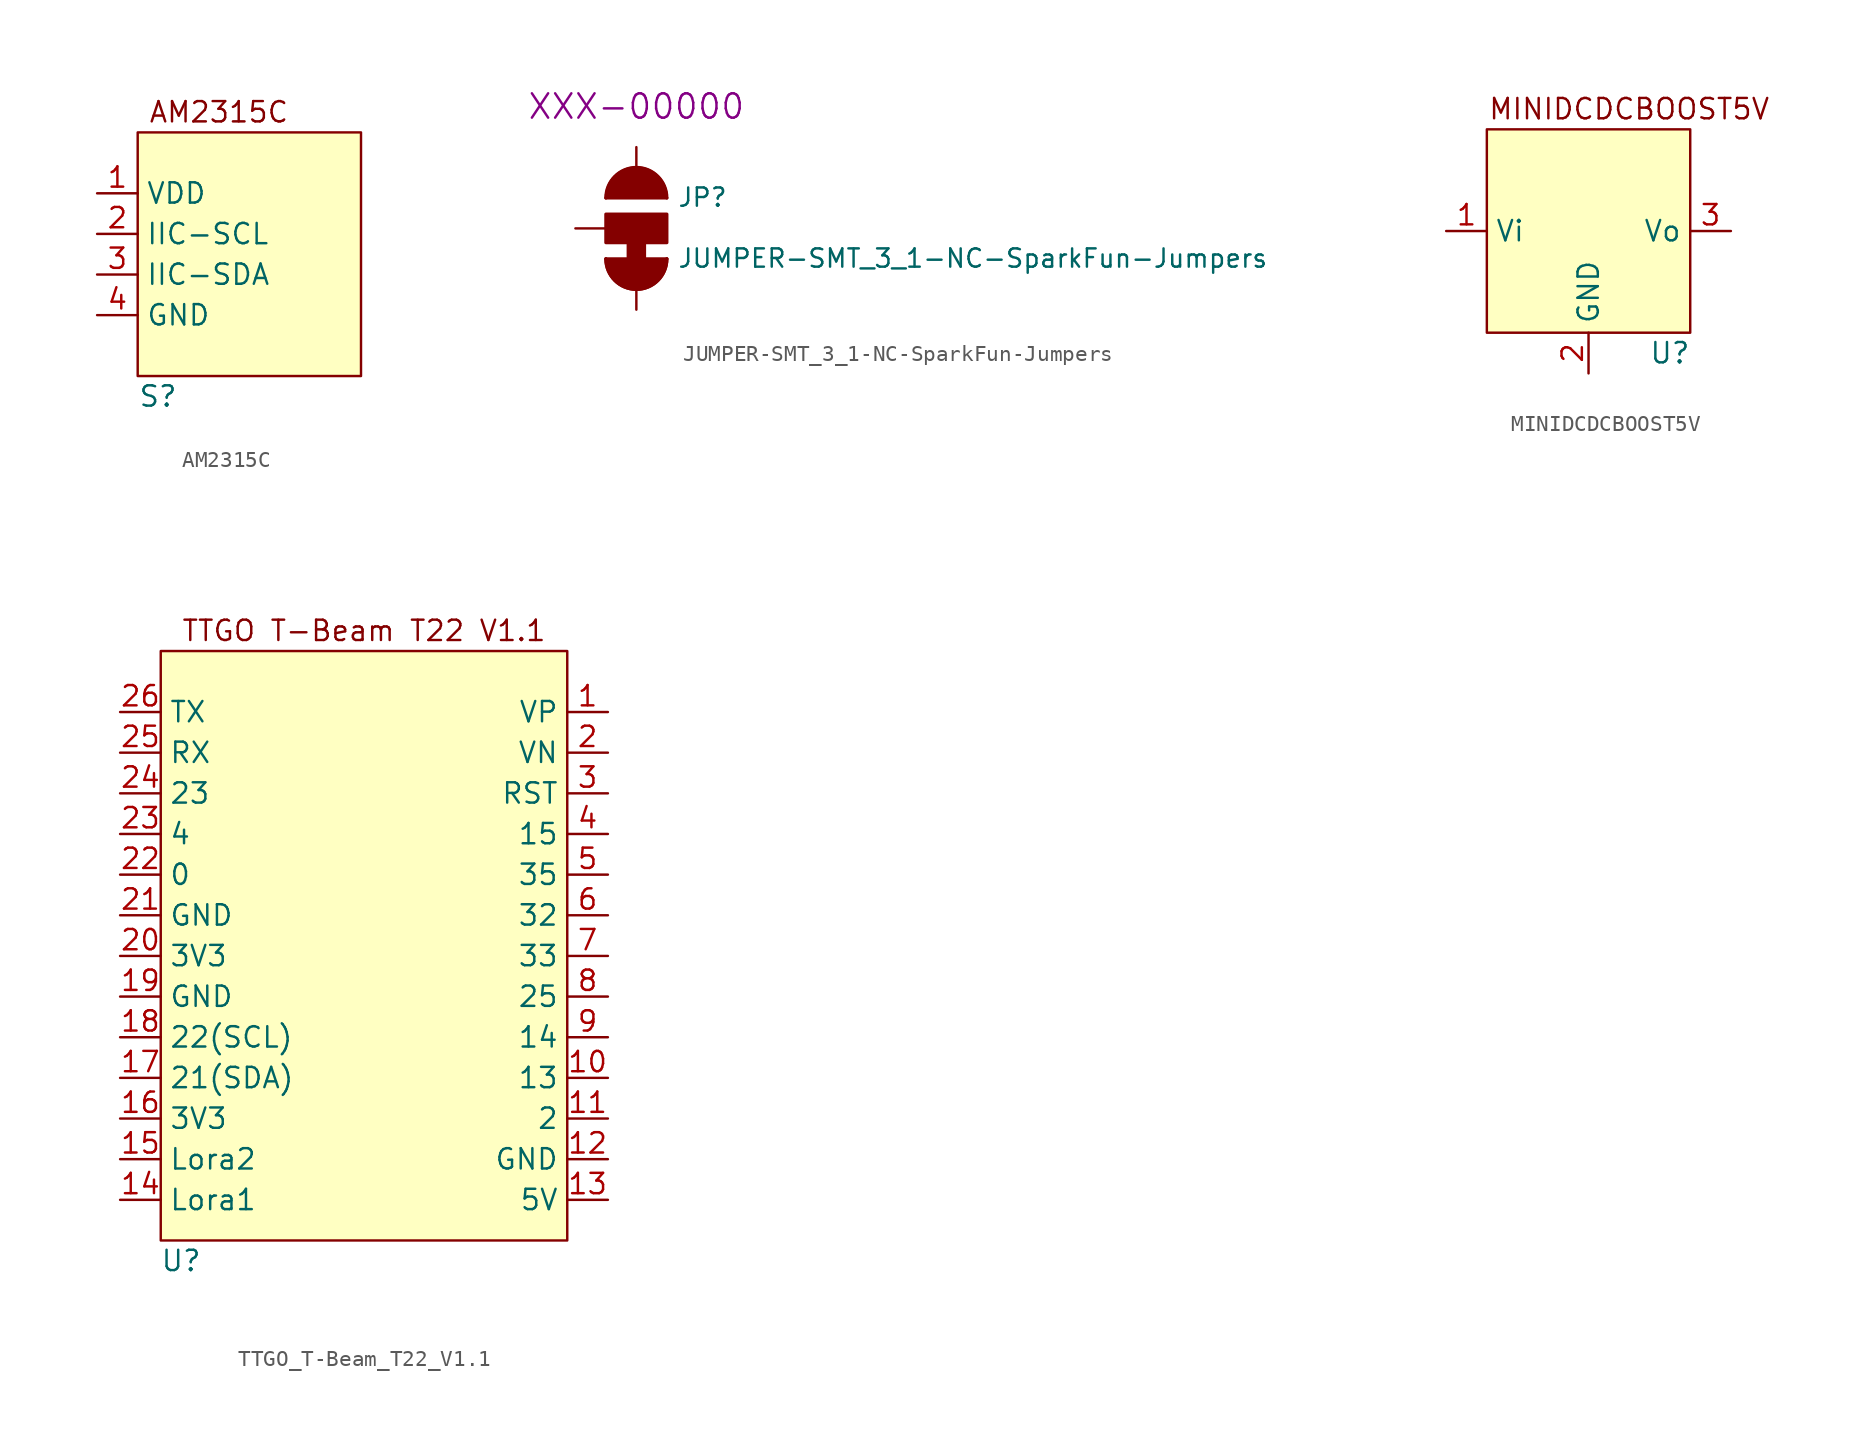
<source format=kicad_sym>
(kicad_symbol_lib
  (version 20220914)
  (generator kicad_symbol_editor)
  (symbol "AM2315C"
    (property "Reference" "S"
      (at -6.35 -8.89 0)
      (effects (font (size 1.27 1.27))))
    (property "Value" ""
      (at -3.81 0 0)
      (effects (font (size 1.27 1.27))))
    (symbol "AM2315C_1_1"
      (rectangle (start -7.62 7.62) (end 6.35 -7.62) (stroke (width 0) (type default)) (fill (type background)))
      (text "AM2315C" (at -2.54 8.89 0) (effects (font (size 1.27 1.27))))
      (pin power_in line (at -10.16 3.81 0) (length 2.54) (name "VDD" (effects (font (size 1.27 1.27)))) (number "1" (effects (font (size 1.27 1.27)))))
      (pin bidirectional line (at -10.16 1.27 0) (length 2.54) (name "IIC-SCL" (effects (font (size 1.27 1.27)))) (number "2" (effects (font (size 1.27 1.27)))))
      (pin bidirectional line (at -10.16 -1.27 0) (length 2.54) (name "IIC-SDA" (effects (font (size 1.27 1.27)))) (number "3" (effects (font (size 1.27 1.27)))))
      (pin power_in line (at -10.16 -3.81 0) (length 2.54) (name "GND" (effects (font (size 1.27 1.27)))) (number "4" (effects (font (size 1.27 1.27)))))))
  (symbol "JUMPER-SMT_3_1-NC-SparkFun-Jumpers"
    (pin_numbers hide)
    (pin_names
      (offset 1.016) hide)
    (property "Reference" "JP"
      (at 2.54 1.27 0)
      (effects (font (size 1.143 1.143)) (justify left bottom)))
    (property "Value" "JUMPER-SMT_3_1-NC-SparkFun-Jumpers"
      (at 2.54 -2.54 0)
      (effects (font (size 1.143 1.143)) (justify left bottom)))
    (property "PROD_ID" "XXX-00000"
      (at 0 7.62 0)
      (effects (font (size 1.524 1.524))))
    (property "ki_locked" ""
      (at 0 0 0)
      (effects (font (size 1.27 1.27))))
    (symbol "JUMPER-SMT_3_1-NC-SparkFun-Jumpers_0_1"
      (arc (start -1.905 -1.905) (mid 0 -3.8017) (end 1.905 -1.905) (stroke (width 0.2032) (type solid)) (fill (type none)))
      (arc (start -1.905 -1.905) (mid 0 -3.8017) (end 1.905 -1.905) (stroke (width 0.2032) (type solid)) (fill (type outline)))
      (rectangle (start -0.508 -1.905) (end 0.508 -0.889) (stroke (width 0.203) (type solid)) (fill (type outline)))
      (polyline (pts (xy -1.905 -1.905) (xy 1.905 -1.905)) (stroke (width 0.203) (type solid)) (fill (type none)))
      (polyline (pts (xy 1.905 1.905) (xy -1.905 1.905)) (stroke (width 0.203) (type solid)) (fill (type none)))
      (rectangle (start 1.905 -0.889) (end -1.905 0.889) (stroke (width 0.203) (type solid)) (fill (type outline)))
      (arc (start 1.905 1.905) (mid 0 3.8017) (end -1.905 1.905) (stroke (width 0) (type solid)) (fill (type outline)))
      (arc (start 1.905 1.905) (mid 0 3.8017) (end -1.905 1.905) (stroke (width 0.2032) (type solid)) (fill (type none))))
    (symbol "JUMPER-SMT_3_1-NC-SparkFun-Jumpers_1_1"
      (pin passive line (at 0 5.08 270) (length 2.54) (name "1" (effects (font (size 1.016 1.016)))) (number "1" (effects (font (size 1.016 1.016)))))
      (pin passive line (at -3.81 0 0) (length 2.54) (name "2" (effects (font (size 1.016 1.016)))) (number "2" (effects (font (size 1.016 1.016)))))
      (pin passive line (at 0 -5.08 90) (length 2.54) (name "3" (effects (font (size 1.016 1.016)))) (number "3" (effects (font (size 1.016 1.016)))))))
  (symbol "MINIDCDCBOOST5V"
    (property "Reference" "U"
      (at 5.08 -7.62 0)
      (effects (font (size 1.27 1.27))))
    (property "Value" ""
      (at 0 0 0)
      (effects (font (size 1.27 1.27))))
    (symbol "MINIDCDCBOOST5V_1_1"
      (rectangle (start -6.35 6.35) (end 6.35 -6.35) (stroke (width 0) (type default)) (fill (type background)))
      (text "MINIDCDCBOOST5V" (at 2.54 7.62 0) (effects (font (size 1.27 1.27))))
      (pin power_in line (at -8.89 0 0) (length 2.54) (name "Vi" (effects (font (size 1.27 1.27)))) (number "1" (effects (font (size 1.27 1.27)))))
      (pin power_out line (at 0 -8.89 90) (length 2.54) (name "GND" (effects (font (size 1.27 1.27)))) (number "2" (effects (font (size 1.27 1.27)))))
      (pin power_out line (at 8.89 0 180) (length 2.54) (name "Vo" (effects (font (size 1.27 1.27)))) (number "3" (effects (font (size 1.27 1.27)))))))
  (symbol "TTGO_T-Beam_T22_V1.1"
    (property "Reference" "U"
      (at -11.43 -19.05 0)
      (effects (font (size 1.27 1.27))))
    (property "Value" ""
      (at 0 0 0)
      (effects (font (size 1.27 1.27))))
    (symbol "TTGO_T-Beam_T22_V1.1_1_1"
      (rectangle (start -12.7 19.05) (end 12.7 -17.78) (stroke (width 0) (type default)) (fill (type background)))
      (text "TTGO T-Beam T22 V1.1" (at 0 20.32 0) (effects (font (size 1.27 1.27))))
      (pin bidirectional line (at 15.24 15.24 180) (length 2.54) (name "VP" (effects (font (size 1.27 1.27)))) (number "1" (effects (font (size 1.27 1.27)))))
      (pin bidirectional line (at 15.24 -7.62 180) (length 2.54) (name "13" (effects (font (size 1.27 1.27)))) (number "10" (effects (font (size 1.27 1.27)))))
      (pin bidirectional line (at 15.24 -10.16 180) (length 2.54) (name "2" (effects (font (size 1.27 1.27)))) (number "11" (effects (font (size 1.27 1.27)))))
      (pin passive line (at 15.24 -12.7 180) (length 2.54) (name "GND" (effects (font (size 1.27 1.27)))) (number "12" (effects (font (size 1.27 1.27)))))
      (pin bidirectional line (at 15.24 -15.24 180) (length 2.54) (name "5V" (effects (font (size 1.27 1.27)))) (number "13" (effects (font (size 1.27 1.27)))))
      (pin bidirectional line (at -15.24 -15.24 0) (length 2.54) (name "Lora1" (effects (font (size 1.27 1.27)))) (number "14" (effects (font (size 1.27 1.27)))))
      (pin bidirectional line (at -15.24 -12.7 0) (length 2.54) (name "Lora2" (effects (font (size 1.27 1.27)))) (number "15" (effects (font (size 1.27 1.27)))))
      (pin bidirectional line (at -15.24 -10.16 0) (length 2.54) (name "3V3" (effects (font (size 1.27 1.27)))) (number "16" (effects (font (size 1.27 1.27)))))
      (pin bidirectional line (at -15.24 -7.62 0) (length 2.54) (name "21(SDA)" (effects (font (size 1.27 1.27)))) (number "17" (effects (font (size 1.27 1.27)))))
      (pin bidirectional line (at -15.24 -5.08 0) (length 2.54) (name "22(SCL)" (effects (font (size 1.27 1.27)))) (number "18" (effects (font (size 1.27 1.27)))))
      (pin passive line (at -15.24 -2.54 0) (length 2.54) (name "GND" (effects (font (size 1.27 1.27)))) (number "19" (effects (font (size 1.27 1.27)))))
      (pin bidirectional line (at 15.24 12.7 180) (length 2.54) (name "VN" (effects (font (size 1.27 1.27)))) (number "2" (effects (font (size 1.27 1.27)))))
      (pin power_out line (at -15.24 0 0) (length 2.54) (name "3V3" (effects (font (size 1.27 1.27)))) (number "20" (effects (font (size 1.27 1.27)))))
      (pin passive line (at -15.24 2.54 0) (length 2.54) (name "GND" (effects (font (size 1.27 1.27)))) (number "21" (effects (font (size 1.27 1.27)))))
      (pin bidirectional line (at -15.24 5.08 0) (length 2.54) (name "0" (effects (font (size 1.27 1.27)))) (number "22" (effects (font (size 1.27 1.27)))))
      (pin bidirectional line (at -15.24 7.62 0) (length 2.54) (name "4" (effects (font (size 1.27 1.27)))) (number "23" (effects (font (size 1.27 1.27)))))
      (pin bidirectional line (at -15.24 10.16 0) (length 2.54) (name "23" (effects (font (size 1.27 1.27)))) (number "24" (effects (font (size 1.27 1.27)))))
      (pin input line (at -15.24 12.7 0) (length 2.54) (name "RX" (effects (font (size 1.27 1.27)))) (number "25" (effects (font (size 1.27 1.27)))))
      (pin output line (at -15.24 15.24 0) (length 2.54) (name "TX" (effects (font (size 1.27 1.27)))) (number "26" (effects (font (size 1.27 1.27)))))
      (pin bidirectional line (at 15.24 10.16 180) (length 2.54) (name "RST" (effects (font (size 1.27 1.27)))) (number "3" (effects (font (size 1.27 1.27)))))
      (pin bidirectional line (at 15.24 7.62 180) (length 2.54) (name "15" (effects (font (size 1.27 1.27)))) (number "4" (effects (font (size 1.27 1.27)))))
      (pin bidirectional line (at 15.24 5.08 180) (length 2.54) (name "35" (effects (font (size 1.27 1.27)))) (number "5" (effects (font (size 1.27 1.27)))))
      (pin bidirectional line (at 15.24 2.54 180) (length 2.54) (name "32" (effects (font (size 1.27 1.27)))) (number "6" (effects (font (size 1.27 1.27)))))
      (pin bidirectional line (at 15.24 0 180) (length 2.54) (name "33" (effects (font (size 1.27 1.27)))) (number "7" (effects (font (size 1.27 1.27)))))
      (pin bidirectional line (at 15.24 -2.54 180) (length 2.54) (name "25" (effects (font (size 1.27 1.27)))) (number "8" (effects (font (size 1.27 1.27)))))
      (pin bidirectional line (at 15.24 -5.08 180) (length 2.54) (name "14" (effects (font (size 1.27 1.27)))) (number "9" (effects (font (size 1.27 1.27))))))))
</source>
